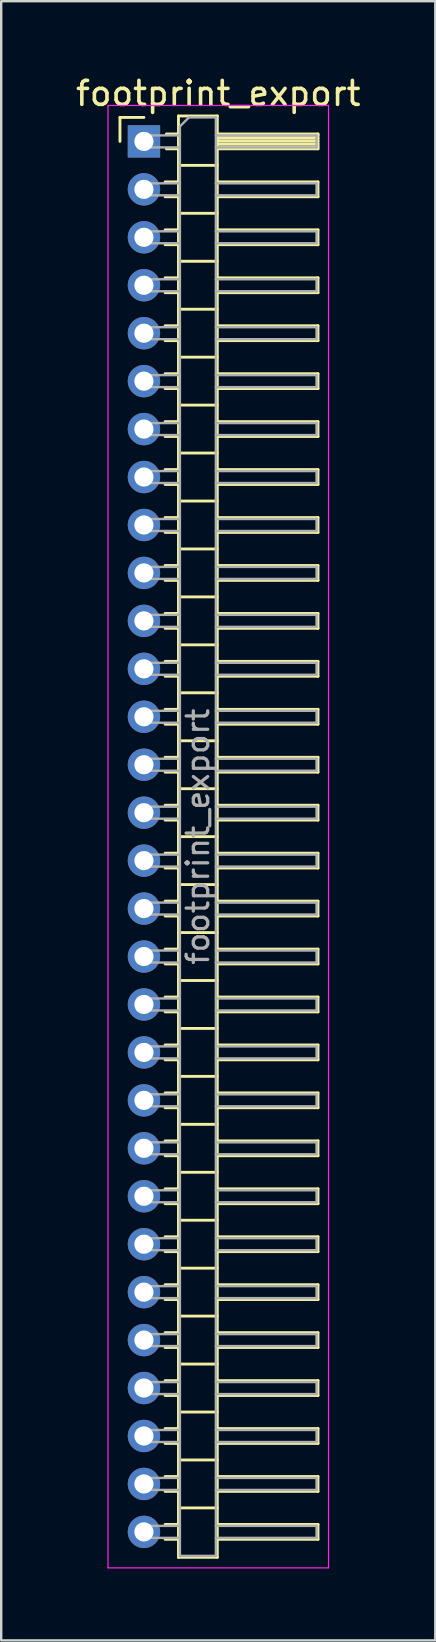
<source format=kicad_pcb>
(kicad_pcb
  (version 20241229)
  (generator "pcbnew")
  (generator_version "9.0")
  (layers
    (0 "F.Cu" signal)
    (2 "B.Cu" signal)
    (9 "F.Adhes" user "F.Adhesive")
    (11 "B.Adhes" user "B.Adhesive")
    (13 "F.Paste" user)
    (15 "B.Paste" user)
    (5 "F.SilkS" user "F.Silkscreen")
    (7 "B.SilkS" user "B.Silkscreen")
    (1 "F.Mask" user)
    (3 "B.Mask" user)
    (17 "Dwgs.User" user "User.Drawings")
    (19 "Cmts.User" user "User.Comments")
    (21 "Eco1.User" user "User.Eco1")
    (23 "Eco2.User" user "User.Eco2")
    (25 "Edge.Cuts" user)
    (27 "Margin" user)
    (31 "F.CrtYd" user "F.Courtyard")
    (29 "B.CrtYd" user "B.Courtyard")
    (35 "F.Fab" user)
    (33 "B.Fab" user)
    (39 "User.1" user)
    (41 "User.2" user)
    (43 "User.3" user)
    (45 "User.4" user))
  (footprint "footprint_export"
    (layer "F.Cu")
    (at 2.954 2.848)
    (property "Reference" "footprint_export" (at 3.1 -2 0) (layer "F.SilkS") (effects (font (size 1 1) (thickness 0.15))))
    (attr through_hole)
    (fp_line (start -1 -1) (end 0 -1) (stroke (width 0.12) (type solid)) (layer "F.SilkS"))
    (fp_line (start -1 0) (end -1 -1) (stroke (width 0.12) (type solid)) (layer "F.SilkS"))
    (fp_line (start 0.882 1.69) (end 1.44 1.69) (stroke (width 0.12) (type solid)) (layer "F.SilkS"))
    (fp_line (start 0.882 2.31) (end 1.44 2.31) (stroke (width 0.12) (type solid)) (layer "F.SilkS"))
    (fp_line (start 0.882 3.69) (end 1.44 3.69) (stroke (width 0.12) (type solid)) (layer "F.SilkS"))
    (fp_line (start 0.882 4.31) (end 1.44 4.31) (stroke (width 0.12) (type solid)) (layer "F.SilkS"))
    (fp_line (start 0.882 5.69) (end 1.44 5.69) (stroke (width 0.12) (type solid)) (layer "F.SilkS"))
    (fp_line (start 0.882 6.31) (end 1.44 6.31) (stroke (width 0.12) (type solid)) (layer "F.SilkS"))
    (fp_line (start 0.882 7.69) (end 1.44 7.69) (stroke (width 0.12) (type solid)) (layer "F.SilkS"))
    (fp_line (start 0.882 8.31) (end 1.44 8.31) (stroke (width 0.12) (type solid)) (layer "F.SilkS"))
    (fp_line (start 0.882 9.69) (end 1.44 9.69) (stroke (width 0.12) (type solid)) (layer "F.SilkS"))
    (fp_line (start 0.882 10.31) (end 1.44 10.31) (stroke (width 0.12) (type solid)) (layer "F.SilkS"))
    (fp_line (start 0.882 11.69) (end 1.44 11.69) (stroke (width 0.12) (type solid)) (layer "F.SilkS"))
    (fp_line (start 0.882 12.31) (end 1.44 12.31) (stroke (width 0.12) (type solid)) (layer "F.SilkS"))
    (fp_line (start 0.882 13.69) (end 1.44 13.69) (stroke (width 0.12) (type solid)) (layer "F.SilkS"))
    (fp_line (start 0.882 14.31) (end 1.44 14.31) (stroke (width 0.12) (type solid)) (layer "F.SilkS"))
    (fp_line (start 0.882 15.69) (end 1.44 15.69) (stroke (width 0.12) (type solid)) (layer "F.SilkS"))
    (fp_line (start 0.882 16.31) (end 1.44 16.31) (stroke (width 0.12) (type solid)) (layer "F.SilkS"))
    (fp_line (start 0.882 17.69) (end 1.44 17.69) (stroke (width 0.12) (type solid)) (layer "F.SilkS"))
    (fp_line (start 0.882 18.31) (end 1.44 18.31) (stroke (width 0.12) (type solid)) (layer "F.SilkS"))
    (fp_line (start 0.882 19.69) (end 1.44 19.69) (stroke (width 0.12) (type solid)) (layer "F.SilkS"))
    (fp_line (start 0.882 20.31) (end 1.44 20.31) (stroke (width 0.12) (type solid)) (layer "F.SilkS"))
    (fp_line (start 0.882 21.69) (end 1.44 21.69) (stroke (width 0.12) (type solid)) (layer "F.SilkS"))
    (fp_line (start 0.882 22.31) (end 1.44 22.31) (stroke (width 0.12) (type solid)) (layer "F.SilkS"))
    (fp_line (start 0.882 23.69) (end 1.44 23.69) (stroke (width 0.12) (type solid)) (layer "F.SilkS"))
    (fp_line (start 0.882 24.31) (end 1.44 24.31) (stroke (width 0.12) (type solid)) (layer "F.SilkS"))
    (fp_line (start 0.882 25.69) (end 1.44 25.69) (stroke (width 0.12) (type solid)) (layer "F.SilkS"))
    (fp_line (start 0.882 26.31) (end 1.44 26.31) (stroke (width 0.12) (type solid)) (layer "F.SilkS"))
    (fp_line (start 0.882 27.69) (end 1.44 27.69) (stroke (width 0.12) (type solid)) (layer "F.SilkS"))
    (fp_line (start 0.882 28.31) (end 1.44 28.31) (stroke (width 0.12) (type solid)) (layer "F.SilkS"))
    (fp_line (start 0.882 29.69) (end 1.44 29.69) (stroke (width 0.12) (type solid)) (layer "F.SilkS"))
    (fp_line (start 0.882 30.31) (end 1.44 30.31) (stroke (width 0.12) (type solid)) (layer "F.SilkS"))
    (fp_line (start 0.882 31.69) (end 1.44 31.69) (stroke (width 0.12) (type solid)) (layer "F.SilkS"))
    (fp_line (start 0.882 32.31) (end 1.44 32.31) (stroke (width 0.12) (type solid)) (layer "F.SilkS"))
    (fp_line (start 0.882 33.69) (end 1.44 33.69) (stroke (width 0.12) (type solid)) (layer "F.SilkS"))
    (fp_line (start 0.882 34.31) (end 1.44 34.31) (stroke (width 0.12) (type solid)) (layer "F.SilkS"))
    (fp_line (start 0.882 35.69) (end 1.44 35.69) (stroke (width 0.12) (type solid)) (layer "F.SilkS"))
    (fp_line (start 0.882 36.31) (end 1.44 36.31) (stroke (width 0.12) (type solid)) (layer "F.SilkS"))
    (fp_line (start 0.882 37.69) (end 1.44 37.69) (stroke (width 0.12) (type solid)) (layer "F.SilkS"))
    (fp_line (start 0.882 38.31) (end 1.44 38.31) (stroke (width 0.12) (type solid)) (layer "F.SilkS"))
    (fp_line (start 0.882 39.69) (end 1.44 39.69) (stroke (width 0.12) (type solid)) (layer "F.SilkS"))
    (fp_line (start 0.882 40.31) (end 1.44 40.31) (stroke (width 0.12) (type solid)) (layer "F.SilkS"))
    (fp_line (start 0.882 41.69) (end 1.44 41.69) (stroke (width 0.12) (type solid)) (layer "F.SilkS"))
    (fp_line (start 0.882 42.31) (end 1.44 42.31) (stroke (width 0.12) (type solid)) (layer "F.SilkS"))
    (fp_line (start 0.882 43.69) (end 1.44 43.69) (stroke (width 0.12) (type solid)) (layer "F.SilkS"))
    (fp_line (start 0.882 44.31) (end 1.44 44.31) (stroke (width 0.12) (type solid)) (layer "F.SilkS"))
    (fp_line (start 0.882 45.69) (end 1.44 45.69) (stroke (width 0.12) (type solid)) (layer "F.SilkS"))
    (fp_line (start 0.882 46.31) (end 1.44 46.31) (stroke (width 0.12) (type solid)) (layer "F.SilkS"))
    (fp_line (start 0.882 47.69) (end 1.44 47.69) (stroke (width 0.12) (type solid)) (layer "F.SilkS"))
    (fp_line (start 0.882 48.31) (end 1.44 48.31) (stroke (width 0.12) (type solid)) (layer "F.SilkS"))
    (fp_line (start 0.882 49.69) (end 1.44 49.69) (stroke (width 0.12) (type solid)) (layer "F.SilkS"))
    (fp_line (start 0.882 50.31) (end 1.44 50.31) (stroke (width 0.12) (type solid)) (layer "F.SilkS"))
    (fp_line (start 0.882 51.69) (end 1.44 51.69) (stroke (width 0.12) (type solid)) (layer "F.SilkS"))
    (fp_line (start 0.882 52.31) (end 1.44 52.31) (stroke (width 0.12) (type solid)) (layer "F.SilkS"))
    (fp_line (start 0.882 53.69) (end 1.44 53.69) (stroke (width 0.12) (type solid)) (layer "F.SilkS"))
    (fp_line (start 0.882 54.31) (end 1.44 54.31) (stroke (width 0.12) (type solid)) (layer "F.SilkS"))
    (fp_line (start 0.882 55.69) (end 1.44 55.69) (stroke (width 0.12) (type solid)) (layer "F.SilkS"))
    (fp_line (start 0.882 56.31) (end 1.44 56.31) (stroke (width 0.12) (type solid)) (layer "F.SilkS"))
    (fp_line (start 0.882 57.69) (end 1.44 57.69) (stroke (width 0.12) (type solid)) (layer "F.SilkS"))
    (fp_line (start 0.882 58.31) (end 1.44 58.31) (stroke (width 0.12) (type solid)) (layer "F.SilkS"))
    (fp_line (start 0.935 -0.31) (end 1.44 -0.31) (stroke (width 0.12) (type solid)) (layer "F.SilkS"))
    (fp_line (start 0.935 0.31) (end 1.44 0.31) (stroke (width 0.12) (type solid)) (layer "F.SilkS"))
    (fp_line (start 1.44 -1.06) (end 1.44 59.06) (stroke (width 0.12) (type solid)) (layer "F.SilkS"))
    (fp_line (start 1.44 1) (end 3.06 1) (stroke (width 0.12) (type solid)) (layer "F.SilkS"))
    (fp_line (start 1.44 3) (end 3.06 3) (stroke (width 0.12) (type solid)) (layer "F.SilkS"))
    (fp_line (start 1.44 5) (end 3.06 5) (stroke (width 0.12) (type solid)) (layer "F.SilkS"))
    (fp_line (start 1.44 7) (end 3.06 7) (stroke (width 0.12) (type solid)) (layer "F.SilkS"))
    (fp_line (start 1.44 9) (end 3.06 9) (stroke (width 0.12) (type solid)) (layer "F.SilkS"))
    (fp_line (start 1.44 11) (end 3.06 11) (stroke (width 0.12) (type solid)) (layer "F.SilkS"))
    (fp_line (start 1.44 13) (end 3.06 13) (stroke (width 0.12) (type solid)) (layer "F.SilkS"))
    (fp_line (start 1.44 15) (end 3.06 15) (stroke (width 0.12) (type solid)) (layer "F.SilkS"))
    (fp_line (start 1.44 17) (end 3.06 17) (stroke (width 0.12) (type solid)) (layer "F.SilkS"))
    (fp_line (start 1.44 19) (end 3.06 19) (stroke (width 0.12) (type solid)) (layer "F.SilkS"))
    (fp_line (start 1.44 21) (end 3.06 21) (stroke (width 0.12) (type solid)) (layer "F.SilkS"))
    (fp_line (start 1.44 23) (end 3.06 23) (stroke (width 0.12) (type solid)) (layer "F.SilkS"))
    (fp_line (start 1.44 25) (end 3.06 25) (stroke (width 0.12) (type solid)) (layer "F.SilkS"))
    (fp_line (start 1.44 27) (end 3.06 27) (stroke (width 0.12) (type solid)) (layer "F.SilkS"))
    (fp_line (start 1.44 29) (end 3.06 29) (stroke (width 0.12) (type solid)) (layer "F.SilkS"))
    (fp_line (start 1.44 31) (end 3.06 31) (stroke (width 0.12) (type solid)) (layer "F.SilkS"))
    (fp_line (start 1.44 33) (end 3.06 33) (stroke (width 0.12) (type solid)) (layer "F.SilkS"))
    (fp_line (start 1.44 35) (end 3.06 35) (stroke (width 0.12) (type solid)) (layer "F.SilkS"))
    (fp_line (start 1.44 37) (end 3.06 37) (stroke (width 0.12) (type solid)) (layer "F.SilkS"))
    (fp_line (start 1.44 39) (end 3.06 39) (stroke (width 0.12) (type solid)) (layer "F.SilkS"))
    (fp_line (start 1.44 41) (end 3.06 41) (stroke (width 0.12) (type solid)) (layer "F.SilkS"))
    (fp_line (start 1.44 43) (end 3.06 43) (stroke (width 0.12) (type solid)) (layer "F.SilkS"))
    (fp_line (start 1.44 45) (end 3.06 45) (stroke (width 0.12) (type solid)) (layer "F.SilkS"))
    (fp_line (start 1.44 47) (end 3.06 47) (stroke (width 0.12) (type solid)) (layer "F.SilkS"))
    (fp_line (start 1.44 49) (end 3.06 49) (stroke (width 0.12) (type solid)) (layer "F.SilkS"))
    (fp_line (start 1.44 51) (end 3.06 51) (stroke (width 0.12) (type solid)) (layer "F.SilkS"))
    (fp_line (start 1.44 53) (end 3.06 53) (stroke (width 0.12) (type solid)) (layer "F.SilkS"))
    (fp_line (start 1.44 55) (end 3.06 55) (stroke (width 0.12) (type solid)) (layer "F.SilkS"))
    (fp_line (start 1.44 57) (end 3.06 57) (stroke (width 0.12) (type solid)) (layer "F.SilkS"))
    (fp_line (start 1.44 59.06) (end 3.06 59.06) (stroke (width 0.12) (type solid)) (layer "F.SilkS"))
    (fp_line (start 3.06 -1.06) (end 1.44 -1.06) (stroke (width 0.12) (type solid)) (layer "F.SilkS"))
    (fp_line (start 3.06 -0.31) (end 7.26 -0.31) (stroke (width 0.12) (type solid)) (layer "F.SilkS"))
    (fp_line (start 3.06 -0.25) (end 7.26 -0.25) (stroke (width 0.12) (type solid)) (layer "F.SilkS"))
    (fp_line (start 3.06 -0.13) (end 7.26 -0.13) (stroke (width 0.12) (type solid)) (layer "F.SilkS"))
    (fp_line (start 3.06 -0.01) (end 7.26 -0.01) (stroke (width 0.12) (type solid)) (layer "F.SilkS"))
    (fp_line (start 3.06 0.11) (end 7.26 0.11) (stroke (width 0.12) (type solid)) (layer "F.SilkS"))
    (fp_line (start 3.06 0.23) (end 7.26 0.23) (stroke (width 0.12) (type solid)) (layer "F.SilkS"))
    (fp_line (start 3.06 1.69) (end 7.26 1.69) (stroke (width 0.12) (type solid)) (layer "F.SilkS"))
    (fp_line (start 3.06 3.69) (end 7.26 3.69) (stroke (width 0.12) (type solid)) (layer "F.SilkS"))
    (fp_line (start 3.06 5.69) (end 7.26 5.69) (stroke (width 0.12) (type solid)) (layer "F.SilkS"))
    (fp_line (start 3.06 7.69) (end 7.26 7.69) (stroke (width 0.12) (type solid)) (layer "F.SilkS"))
    (fp_line (start 3.06 9.69) (end 7.26 9.69) (stroke (width 0.12) (type solid)) (layer "F.SilkS"))
    (fp_line (start 3.06 11.69) (end 7.26 11.69) (stroke (width 0.12) (type solid)) (layer "F.SilkS"))
    (fp_line (start 3.06 13.69) (end 7.26 13.69) (stroke (width 0.12) (type solid)) (layer "F.SilkS"))
    (fp_line (start 3.06 15.69) (end 7.26 15.69) (stroke (width 0.12) (type solid)) (layer "F.SilkS"))
    (fp_line (start 3.06 17.69) (end 7.26 17.69) (stroke (width 0.12) (type solid)) (layer "F.SilkS"))
    (fp_line (start 3.06 19.69) (end 7.26 19.69) (stroke (width 0.12) (type solid)) (layer "F.SilkS"))
    (fp_line (start 3.06 21.69) (end 7.26 21.69) (stroke (width 0.12) (type solid)) (layer "F.SilkS"))
    (fp_line (start 3.06 23.69) (end 7.26 23.69) (stroke (width 0.12) (type solid)) (layer "F.SilkS"))
    (fp_line (start 3.06 25.69) (end 7.26 25.69) (stroke (width 0.12) (type solid)) (layer "F.SilkS"))
    (fp_line (start 3.06 27.69) (end 7.26 27.69) (stroke (width 0.12) (type solid)) (layer "F.SilkS"))
    (fp_line (start 3.06 29.69) (end 7.26 29.69) (stroke (width 0.12) (type solid)) (layer "F.SilkS"))
    (fp_line (start 3.06 31.69) (end 7.26 31.69) (stroke (width 0.12) (type solid)) (layer "F.SilkS"))
    (fp_line (start 3.06 33.69) (end 7.26 33.69) (stroke (width 0.12) (type solid)) (layer "F.SilkS"))
    (fp_line (start 3.06 35.69) (end 7.26 35.69) (stroke (width 0.12) (type solid)) (layer "F.SilkS"))
    (fp_line (start 3.06 37.69) (end 7.26 37.69) (stroke (width 0.12) (type solid)) (layer "F.SilkS"))
    (fp_line (start 3.06 39.69) (end 7.26 39.69) (stroke (width 0.12) (type solid)) (layer "F.SilkS"))
    (fp_line (start 3.06 41.69) (end 7.26 41.69) (stroke (width 0.12) (type solid)) (layer "F.SilkS"))
    (fp_line (start 3.06 43.69) (end 7.26 43.69) (stroke (width 0.12) (type solid)) (layer "F.SilkS"))
    (fp_line (start 3.06 45.69) (end 7.26 45.69) (stroke (width 0.12) (type solid)) (layer "F.SilkS"))
    (fp_line (start 3.06 47.69) (end 7.26 47.69) (stroke (width 0.12) (type solid)) (layer "F.SilkS"))
    (fp_line (start 3.06 49.69) (end 7.26 49.69) (stroke (width 0.12) (type solid)) (layer "F.SilkS"))
    (fp_line (start 3.06 51.69) (end 7.26 51.69) (stroke (width 0.12) (type solid)) (layer "F.SilkS"))
    (fp_line (start 3.06 53.69) (end 7.26 53.69) (stroke (width 0.12) (type solid)) (layer "F.SilkS"))
    (fp_line (start 3.06 55.69) (end 7.26 55.69) (stroke (width 0.12) (type solid)) (layer "F.SilkS"))
    (fp_line (start 3.06 57.69) (end 7.26 57.69) (stroke (width 0.12) (type solid)) (layer "F.SilkS"))
    (fp_line (start 3.06 59.06) (end 3.06 -1.06) (stroke (width 0.12) (type solid)) (layer "F.SilkS"))
    (fp_line (start 7.26 -0.31) (end 7.26 0.31) (stroke (width 0.12) (type solid)) (layer "F.SilkS"))
    (fp_line (start 7.26 0.31) (end 3.06 0.31) (stroke (width 0.12) (type solid)) (layer "F.SilkS"))
    (fp_line (start 7.26 1.69) (end 7.26 2.31) (stroke (width 0.12) (type solid)) (layer "F.SilkS"))
    (fp_line (start 7.26 2.31) (end 3.06 2.31) (stroke (width 0.12) (type solid)) (layer "F.SilkS"))
    (fp_line (start 7.26 3.69) (end 7.26 4.31) (stroke (width 0.12) (type solid)) (layer "F.SilkS"))
    (fp_line (start 7.26 4.31) (end 3.06 4.31) (stroke (width 0.12) (type solid)) (layer "F.SilkS"))
    (fp_line (start 7.26 5.69) (end 7.26 6.31) (stroke (width 0.12) (type solid)) (layer "F.SilkS"))
    (fp_line (start 7.26 6.31) (end 3.06 6.31) (stroke (width 0.12) (type solid)) (layer "F.SilkS"))
    (fp_line (start 7.26 7.69) (end 7.26 8.31) (stroke (width 0.12) (type solid)) (layer "F.SilkS"))
    (fp_line (start 7.26 8.31) (end 3.06 8.31) (stroke (width 0.12) (type solid)) (layer "F.SilkS"))
    (fp_line (start 7.26 9.69) (end 7.26 10.31) (stroke (width 0.12) (type solid)) (layer "F.SilkS"))
    (fp_line (start 7.26 10.31) (end 3.06 10.31) (stroke (width 0.12) (type solid)) (layer "F.SilkS"))
    (fp_line (start 7.26 11.69) (end 7.26 12.31) (stroke (width 0.12) (type solid)) (layer "F.SilkS"))
    (fp_line (start 7.26 12.31) (end 3.06 12.31) (stroke (width 0.12) (type solid)) (layer "F.SilkS"))
    (fp_line (start 7.26 13.69) (end 7.26 14.31) (stroke (width 0.12) (type solid)) (layer "F.SilkS"))
    (fp_line (start 7.26 14.31) (end 3.06 14.31) (stroke (width 0.12) (type solid)) (layer "F.SilkS"))
    (fp_line (start 7.26 15.69) (end 7.26 16.31) (stroke (width 0.12) (type solid)) (layer "F.SilkS"))
    (fp_line (start 7.26 16.31) (end 3.06 16.31) (stroke (width 0.12) (type solid)) (layer "F.SilkS"))
    (fp_line (start 7.26 17.69) (end 7.26 18.31) (stroke (width 0.12) (type solid)) (layer "F.SilkS"))
    (fp_line (start 7.26 18.31) (end 3.06 18.31) (stroke (width 0.12) (type solid)) (layer "F.SilkS"))
    (fp_line (start 7.26 19.69) (end 7.26 20.31) (stroke (width 0.12) (type solid)) (layer "F.SilkS"))
    (fp_line (start 7.26 20.31) (end 3.06 20.31) (stroke (width 0.12) (type solid)) (layer "F.SilkS"))
    (fp_line (start 7.26 21.69) (end 7.26 22.31) (stroke (width 0.12) (type solid)) (layer "F.SilkS"))
    (fp_line (start 7.26 22.31) (end 3.06 22.31) (stroke (width 0.12) (type solid)) (layer "F.SilkS"))
    (fp_line (start 7.26 23.69) (end 7.26 24.31) (stroke (width 0.12) (type solid)) (layer "F.SilkS"))
    (fp_line (start 7.26 24.31) (end 3.06 24.31) (stroke (width 0.12) (type solid)) (layer "F.SilkS"))
    (fp_line (start 7.26 25.69) (end 7.26 26.31) (stroke (width 0.12) (type solid)) (layer "F.SilkS"))
    (fp_line (start 7.26 26.31) (end 3.06 26.31) (stroke (width 0.12) (type solid)) (layer "F.SilkS"))
    (fp_line (start 7.26 27.69) (end 7.26 28.31) (stroke (width 0.12) (type solid)) (layer "F.SilkS"))
    (fp_line (start 7.26 28.31) (end 3.06 28.31) (stroke (width 0.12) (type solid)) (layer "F.SilkS"))
    (fp_line (start 7.26 29.69) (end 7.26 30.31) (stroke (width 0.12) (type solid)) (layer "F.SilkS"))
    (fp_line (start 7.26 30.31) (end 3.06 30.31) (stroke (width 0.12) (type solid)) (layer "F.SilkS"))
    (fp_line (start 7.26 31.69) (end 7.26 32.31) (stroke (width 0.12) (type solid)) (layer "F.SilkS"))
    (fp_line (start 7.26 32.31) (end 3.06 32.31) (stroke (width 0.12) (type solid)) (layer "F.SilkS"))
    (fp_line (start 7.26 33.69) (end 7.26 34.31) (stroke (width 0.12) (type solid)) (layer "F.SilkS"))
    (fp_line (start 7.26 34.31) (end 3.06 34.31) (stroke (width 0.12) (type solid)) (layer "F.SilkS"))
    (fp_line (start 7.26 35.69) (end 7.26 36.31) (stroke (width 0.12) (type solid)) (layer "F.SilkS"))
    (fp_line (start 7.26 36.31) (end 3.06 36.31) (stroke (width 0.12) (type solid)) (layer "F.SilkS"))
    (fp_line (start 7.26 37.69) (end 7.26 38.31) (stroke (width 0.12) (type solid)) (layer "F.SilkS"))
    (fp_line (start 7.26 38.31) (end 3.06 38.31) (stroke (width 0.12) (type solid)) (layer "F.SilkS"))
    (fp_line (start 7.26 39.69) (end 7.26 40.31) (stroke (width 0.12) (type solid)) (layer "F.SilkS"))
    (fp_line (start 7.26 40.31) (end 3.06 40.31) (stroke (width 0.12) (type solid)) (layer "F.SilkS"))
    (fp_line (start 7.26 41.69) (end 7.26 42.31) (stroke (width 0.12) (type solid)) (layer "F.SilkS"))
    (fp_line (start 7.26 42.31) (end 3.06 42.31) (stroke (width 0.12) (type solid)) (layer "F.SilkS"))
    (fp_line (start 7.26 43.69) (end 7.26 44.31) (stroke (width 0.12) (type solid)) (layer "F.SilkS"))
    (fp_line (start 7.26 44.31) (end 3.06 44.31) (stroke (width 0.12) (type solid)) (layer "F.SilkS"))
    (fp_line (start 7.26 45.69) (end 7.26 46.31) (stroke (width 0.12) (type solid)) (layer "F.SilkS"))
    (fp_line (start 7.26 46.31) (end 3.06 46.31) (stroke (width 0.12) (type solid)) (layer "F.SilkS"))
    (fp_line (start 7.26 47.69) (end 7.26 48.31) (stroke (width 0.12) (type solid)) (layer "F.SilkS"))
    (fp_line (start 7.26 48.31) (end 3.06 48.31) (stroke (width 0.12) (type solid)) (layer "F.SilkS"))
    (fp_line (start 7.26 49.69) (end 7.26 50.31) (stroke (width 0.12) (type solid)) (layer "F.SilkS"))
    (fp_line (start 7.26 50.31) (end 3.06 50.31) (stroke (width 0.12) (type solid)) (layer "F.SilkS"))
    (fp_line (start 7.26 51.69) (end 7.26 52.31) (stroke (width 0.12) (type solid)) (layer "F.SilkS"))
    (fp_line (start 7.26 52.31) (end 3.06 52.31) (stroke (width 0.12) (type solid)) (layer "F.SilkS"))
    (fp_line (start 7.26 53.69) (end 7.26 54.31) (stroke (width 0.12) (type solid)) (layer "F.SilkS"))
    (fp_line (start 7.26 54.31) (end 3.06 54.31) (stroke (width 0.12) (type solid)) (layer "F.SilkS"))
    (fp_line (start 7.26 55.69) (end 7.26 56.31) (stroke (width 0.12) (type solid)) (layer "F.SilkS"))
    (fp_line (start 7.26 56.31) (end 3.06 56.31) (stroke (width 0.12) (type solid)) (layer "F.SilkS"))
    (fp_line (start 7.26 57.69) (end 7.26 58.31) (stroke (width 0.12) (type solid)) (layer "F.SilkS"))
    (fp_line (start 7.26 58.31) (end 3.06 58.31) (stroke (width 0.12) (type solid)) (layer "F.SilkS"))
    (fp_line (start -1.5 -1.5) (end -1.5 59.5) (stroke (width 0.05) (type solid)) (layer "F.CrtYd"))
    (fp_line (start -1.5 59.5) (end 7.7 59.5) (stroke (width 0.05) (type solid)) (layer "F.CrtYd"))
    (fp_line (start 7.7 -1.5) (end -1.5 -1.5) (stroke (width 0.05) (type solid)) (layer "F.CrtYd"))
    (fp_line (start 7.7 59.5) (end 7.7 -1.5) (stroke (width 0.05) (type solid)) (layer "F.CrtYd"))
    (fp_line (start -0.25 -0.25) (end -0.25 0.25) (stroke (width 0.1) (type solid)) (layer "F.Fab"))
    (fp_line (start -0.25 -0.25) (end 1.5 -0.25) (stroke (width 0.1) (type solid)) (layer "F.Fab"))
    (fp_line (start -0.25 0.25) (end 1.5 0.25) (stroke (width 0.1) (type solid)) (layer "F.Fab"))
    (fp_line (start -0.25 1.75) (end -0.25 2.25) (stroke (width 0.1) (type solid)) (layer "F.Fab"))
    (fp_line (start -0.25 1.75) (end 1.5 1.75) (stroke (width 0.1) (type solid)) (layer "F.Fab"))
    (fp_line (start -0.25 2.25) (end 1.5 2.25) (stroke (width 0.1) (type solid)) (layer "F.Fab"))
    (fp_line (start -0.25 3.75) (end -0.25 4.25) (stroke (width 0.1) (type solid)) (layer "F.Fab"))
    (fp_line (start -0.25 3.75) (end 1.5 3.75) (stroke (width 0.1) (type solid)) (layer "F.Fab"))
    (fp_line (start -0.25 4.25) (end 1.5 4.25) (stroke (width 0.1) (type solid)) (layer "F.Fab"))
    (fp_line (start -0.25 5.75) (end -0.25 6.25) (stroke (width 0.1) (type solid)) (layer "F.Fab"))
    (fp_line (start -0.25 5.75) (end 1.5 5.75) (stroke (width 0.1) (type solid)) (layer "F.Fab"))
    (fp_line (start -0.25 6.25) (end 1.5 6.25) (stroke (width 0.1) (type solid)) (layer "F.Fab"))
    (fp_line (start -0.25 7.75) (end -0.25 8.25) (stroke (width 0.1) (type solid)) (layer "F.Fab"))
    (fp_line (start -0.25 7.75) (end 1.5 7.75) (stroke (width 0.1) (type solid)) (layer "F.Fab"))
    (fp_line (start -0.25 8.25) (end 1.5 8.25) (stroke (width 0.1) (type solid)) (layer "F.Fab"))
    (fp_line (start -0.25 9.75) (end -0.25 10.25) (stroke (width 0.1) (type solid)) (layer "F.Fab"))
    (fp_line (start -0.25 9.75) (end 1.5 9.75) (stroke (width 0.1) (type solid)) (layer "F.Fab"))
    (fp_line (start -0.25 10.25) (end 1.5 10.25) (stroke (width 0.1) (type solid)) (layer "F.Fab"))
    (fp_line (start -0.25 11.75) (end -0.25 12.25) (stroke (width 0.1) (type solid)) (layer "F.Fab"))
    (fp_line (start -0.25 11.75) (end 1.5 11.75) (stroke (width 0.1) (type solid)) (layer "F.Fab"))
    (fp_line (start -0.25 12.25) (end 1.5 12.25) (stroke (width 0.1) (type solid)) (layer "F.Fab"))
    (fp_line (start -0.25 13.75) (end -0.25 14.25) (stroke (width 0.1) (type solid)) (layer "F.Fab"))
    (fp_line (start -0.25 13.75) (end 1.5 13.75) (stroke (width 0.1) (type solid)) (layer "F.Fab"))
    (fp_line (start -0.25 14.25) (end 1.5 14.25) (stroke (width 0.1) (type solid)) (layer "F.Fab"))
    (fp_line (start -0.25 15.75) (end -0.25 16.25) (stroke (width 0.1) (type solid)) (layer "F.Fab"))
    (fp_line (start -0.25 15.75) (end 1.5 15.75) (stroke (width 0.1) (type solid)) (layer "F.Fab"))
    (fp_line (start -0.25 16.25) (end 1.5 16.25) (stroke (width 0.1) (type solid)) (layer "F.Fab"))
    (fp_line (start -0.25 17.75) (end -0.25 18.25) (stroke (width 0.1) (type solid)) (layer "F.Fab"))
    (fp_line (start -0.25 17.75) (end 1.5 17.75) (stroke (width 0.1) (type solid)) (layer "F.Fab"))
    (fp_line (start -0.25 18.25) (end 1.5 18.25) (stroke (width 0.1) (type solid)) (layer "F.Fab"))
    (fp_line (start -0.25 19.75) (end -0.25 20.25) (stroke (width 0.1) (type solid)) (layer "F.Fab"))
    (fp_line (start -0.25 19.75) (end 1.5 19.75) (stroke (width 0.1) (type solid)) (layer "F.Fab"))
    (fp_line (start -0.25 20.25) (end 1.5 20.25) (stroke (width 0.1) (type solid)) (layer "F.Fab"))
    (fp_line (start -0.25 21.75) (end -0.25 22.25) (stroke (width 0.1) (type solid)) (layer "F.Fab"))
    (fp_line (start -0.25 21.75) (end 1.5 21.75) (stroke (width 0.1) (type solid)) (layer "F.Fab"))
    (fp_line (start -0.25 22.25) (end 1.5 22.25) (stroke (width 0.1) (type solid)) (layer "F.Fab"))
    (fp_line (start -0.25 23.75) (end -0.25 24.25) (stroke (width 0.1) (type solid)) (layer "F.Fab"))
    (fp_line (start -0.25 23.75) (end 1.5 23.75) (stroke (width 0.1) (type solid)) (layer "F.Fab"))
    (fp_line (start -0.25 24.25) (end 1.5 24.25) (stroke (width 0.1) (type solid)) (layer "F.Fab"))
    (fp_line (start -0.25 25.75) (end -0.25 26.25) (stroke (width 0.1) (type solid)) (layer "F.Fab"))
    (fp_line (start -0.25 25.75) (end 1.5 25.75) (stroke (width 0.1) (type solid)) (layer "F.Fab"))
    (fp_line (start -0.25 26.25) (end 1.5 26.25) (stroke (width 0.1) (type solid)) (layer "F.Fab"))
    (fp_line (start -0.25 27.75) (end -0.25 28.25) (stroke (width 0.1) (type solid)) (layer "F.Fab"))
    (fp_line (start -0.25 27.75) (end 1.5 27.75) (stroke (width 0.1) (type solid)) (layer "F.Fab"))
    (fp_line (start -0.25 28.25) (end 1.5 28.25) (stroke (width 0.1) (type solid)) (layer "F.Fab"))
    (fp_line (start -0.25 29.75) (end -0.25 30.25) (stroke (width 0.1) (type solid)) (layer "F.Fab"))
    (fp_line (start -0.25 29.75) (end 1.5 29.75) (stroke (width 0.1) (type solid)) (layer "F.Fab"))
    (fp_line (start -0.25 30.25) (end 1.5 30.25) (stroke (width 0.1) (type solid)) (layer "F.Fab"))
    (fp_line (start -0.25 31.75) (end -0.25 32.25) (stroke (width 0.1) (type solid)) (layer "F.Fab"))
    (fp_line (start -0.25 31.75) (end 1.5 31.75) (stroke (width 0.1) (type solid)) (layer "F.Fab"))
    (fp_line (start -0.25 32.25) (end 1.5 32.25) (stroke (width 0.1) (type solid)) (layer "F.Fab"))
    (fp_line (start -0.25 33.75) (end -0.25 34.25) (stroke (width 0.1) (type solid)) (layer "F.Fab"))
    (fp_line (start -0.25 33.75) (end 1.5 33.75) (stroke (width 0.1) (type solid)) (layer "F.Fab"))
    (fp_line (start -0.25 34.25) (end 1.5 34.25) (stroke (width 0.1) (type solid)) (layer "F.Fab"))
    (fp_line (start -0.25 35.75) (end -0.25 36.25) (stroke (width 0.1) (type solid)) (layer "F.Fab"))
    (fp_line (start -0.25 35.75) (end 1.5 35.75) (stroke (width 0.1) (type solid)) (layer "F.Fab"))
    (fp_line (start -0.25 36.25) (end 1.5 36.25) (stroke (width 0.1) (type solid)) (layer "F.Fab"))
    (fp_line (start -0.25 37.75) (end -0.25 38.25) (stroke (width 0.1) (type solid)) (layer "F.Fab"))
    (fp_line (start -0.25 37.75) (end 1.5 37.75) (stroke (width 0.1) (type solid)) (layer "F.Fab"))
    (fp_line (start -0.25 38.25) (end 1.5 38.25) (stroke (width 0.1) (type solid)) (layer "F.Fab"))
    (fp_line (start -0.25 39.75) (end -0.25 40.25) (stroke (width 0.1) (type solid)) (layer "F.Fab"))
    (fp_line (start -0.25 39.75) (end 1.5 39.75) (stroke (width 0.1) (type solid)) (layer "F.Fab"))
    (fp_line (start -0.25 40.25) (end 1.5 40.25) (stroke (width 0.1) (type solid)) (layer "F.Fab"))
    (fp_line (start -0.25 41.75) (end -0.25 42.25) (stroke (width 0.1) (type solid)) (layer "F.Fab"))
    (fp_line (start -0.25 41.75) (end 1.5 41.75) (stroke (width 0.1) (type solid)) (layer "F.Fab"))
    (fp_line (start -0.25 42.25) (end 1.5 42.25) (stroke (width 0.1) (type solid)) (layer "F.Fab"))
    (fp_line (start -0.25 43.75) (end -0.25 44.25) (stroke (width 0.1) (type solid)) (layer "F.Fab"))
    (fp_line (start -0.25 43.75) (end 1.5 43.75) (stroke (width 0.1) (type solid)) (layer "F.Fab"))
    (fp_line (start -0.25 44.25) (end 1.5 44.25) (stroke (width 0.1) (type solid)) (layer "F.Fab"))
    (fp_line (start -0.25 45.75) (end -0.25 46.25) (stroke (width 0.1) (type solid)) (layer "F.Fab"))
    (fp_line (start -0.25 45.75) (end 1.5 45.75) (stroke (width 0.1) (type solid)) (layer "F.Fab"))
    (fp_line (start -0.25 46.25) (end 1.5 46.25) (stroke (width 0.1) (type solid)) (layer "F.Fab"))
    (fp_line (start -0.25 47.75) (end -0.25 48.25) (stroke (width 0.1) (type solid)) (layer "F.Fab"))
    (fp_line (start -0.25 47.75) (end 1.5 47.75) (stroke (width 0.1) (type solid)) (layer "F.Fab"))
    (fp_line (start -0.25 48.25) (end 1.5 48.25) (stroke (width 0.1) (type solid)) (layer "F.Fab"))
    (fp_line (start -0.25 49.75) (end -0.25 50.25) (stroke (width 0.1) (type solid)) (layer "F.Fab"))
    (fp_line (start -0.25 49.75) (end 1.5 49.75) (stroke (width 0.1) (type solid)) (layer "F.Fab"))
    (fp_line (start -0.25 50.25) (end 1.5 50.25) (stroke (width 0.1) (type solid)) (layer "F.Fab"))
    (fp_line (start -0.25 51.75) (end -0.25 52.25) (stroke (width 0.1) (type solid)) (layer "F.Fab"))
    (fp_line (start -0.25 51.75) (end 1.5 51.75) (stroke (width 0.1) (type solid)) (layer "F.Fab"))
    (fp_line (start -0.25 52.25) (end 1.5 52.25) (stroke (width 0.1) (type solid)) (layer "F.Fab"))
    (fp_line (start -0.25 53.75) (end -0.25 54.25) (stroke (width 0.1) (type solid)) (layer "F.Fab"))
    (fp_line (start -0.25 53.75) (end 1.5 53.75) (stroke (width 0.1) (type solid)) (layer "F.Fab"))
    (fp_line (start -0.25 54.25) (end 1.5 54.25) (stroke (width 0.1) (type solid)) (layer "F.Fab"))
    (fp_line (start -0.25 55.75) (end -0.25 56.25) (stroke (width 0.1) (type solid)) (layer "F.Fab"))
    (fp_line (start -0.25 55.75) (end 1.5 55.75) (stroke (width 0.1) (type solid)) (layer "F.Fab"))
    (fp_line (start -0.25 56.25) (end 1.5 56.25) (stroke (width 0.1) (type solid)) (layer "F.Fab"))
    (fp_line (start -0.25 57.75) (end -0.25 58.25) (stroke (width 0.1) (type solid)) (layer "F.Fab"))
    (fp_line (start -0.25 57.75) (end 1.5 57.75) (stroke (width 0.1) (type solid)) (layer "F.Fab"))
    (fp_line (start -0.25 58.25) (end 1.5 58.25) (stroke (width 0.1) (type solid)) (layer "F.Fab"))
    (fp_line (start 1.5 -0.625) (end 1.875 -1) (stroke (width 0.1) (type solid)) (layer "F.Fab"))
    (fp_line (start 1.5 59) (end 1.5 -0.625) (stroke (width 0.1) (type solid)) (layer "F.Fab"))
    (fp_line (start 1.875 -1) (end 3 -1) (stroke (width 0.1) (type solid)) (layer "F.Fab"))
    (fp_line (start 3 -1) (end 3 59) (stroke (width 0.1) (type solid)) (layer "F.Fab"))
    (fp_line (start 3 -0.25) (end 7.2 -0.25) (stroke (width 0.1) (type solid)) (layer "F.Fab"))
    (fp_line (start 3 0.25) (end 7.2 0.25) (stroke (width 0.1) (type solid)) (layer "F.Fab"))
    (fp_line (start 3 1.75) (end 7.2 1.75) (stroke (width 0.1) (type solid)) (layer "F.Fab"))
    (fp_line (start 3 2.25) (end 7.2 2.25) (stroke (width 0.1) (type solid)) (layer "F.Fab"))
    (fp_line (start 3 3.75) (end 7.2 3.75) (stroke (width 0.1) (type solid)) (layer "F.Fab"))
    (fp_line (start 3 4.25) (end 7.2 4.25) (stroke (width 0.1) (type solid)) (layer "F.Fab"))
    (fp_line (start 3 5.75) (end 7.2 5.75) (stroke (width 0.1) (type solid)) (layer "F.Fab"))
    (fp_line (start 3 6.25) (end 7.2 6.25) (stroke (width 0.1) (type solid)) (layer "F.Fab"))
    (fp_line (start 3 7.75) (end 7.2 7.75) (stroke (width 0.1) (type solid)) (layer "F.Fab"))
    (fp_line (start 3 8.25) (end 7.2 8.25) (stroke (width 0.1) (type solid)) (layer "F.Fab"))
    (fp_line (start 3 9.75) (end 7.2 9.75) (stroke (width 0.1) (type solid)) (layer "F.Fab"))
    (fp_line (start 3 10.25) (end 7.2 10.25) (stroke (width 0.1) (type solid)) (layer "F.Fab"))
    (fp_line (start 3 11.75) (end 7.2 11.75) (stroke (width 0.1) (type solid)) (layer "F.Fab"))
    (fp_line (start 3 12.25) (end 7.2 12.25) (stroke (width 0.1) (type solid)) (layer "F.Fab"))
    (fp_line (start 3 13.75) (end 7.2 13.75) (stroke (width 0.1) (type solid)) (layer "F.Fab"))
    (fp_line (start 3 14.25) (end 7.2 14.25) (stroke (width 0.1) (type solid)) (layer "F.Fab"))
    (fp_line (start 3 15.75) (end 7.2 15.75) (stroke (width 0.1) (type solid)) (layer "F.Fab"))
    (fp_line (start 3 16.25) (end 7.2 16.25) (stroke (width 0.1) (type solid)) (layer "F.Fab"))
    (fp_line (start 3 17.75) (end 7.2 17.75) (stroke (width 0.1) (type solid)) (layer "F.Fab"))
    (fp_line (start 3 18.25) (end 7.2 18.25) (stroke (width 0.1) (type solid)) (layer "F.Fab"))
    (fp_line (start 3 19.75) (end 7.2 19.75) (stroke (width 0.1) (type solid)) (layer "F.Fab"))
    (fp_line (start 3 20.25) (end 7.2 20.25) (stroke (width 0.1) (type solid)) (layer "F.Fab"))
    (fp_line (start 3 21.75) (end 7.2 21.75) (stroke (width 0.1) (type solid)) (layer "F.Fab"))
    (fp_line (start 3 22.25) (end 7.2 22.25) (stroke (width 0.1) (type solid)) (layer "F.Fab"))
    (fp_line (start 3 23.75) (end 7.2 23.75) (stroke (width 0.1) (type solid)) (layer "F.Fab"))
    (fp_line (start 3 24.25) (end 7.2 24.25) (stroke (width 0.1) (type solid)) (layer "F.Fab"))
    (fp_line (start 3 25.75) (end 7.2 25.75) (stroke (width 0.1) (type solid)) (layer "F.Fab"))
    (fp_line (start 3 26.25) (end 7.2 26.25) (stroke (width 0.1) (type solid)) (layer "F.Fab"))
    (fp_line (start 3 27.75) (end 7.2 27.75) (stroke (width 0.1) (type solid)) (layer "F.Fab"))
    (fp_line (start 3 28.25) (end 7.2 28.25) (stroke (width 0.1) (type solid)) (layer "F.Fab"))
    (fp_line (start 3 29.75) (end 7.2 29.75) (stroke (width 0.1) (type solid)) (layer "F.Fab"))
    (fp_line (start 3 30.25) (end 7.2 30.25) (stroke (width 0.1) (type solid)) (layer "F.Fab"))
    (fp_line (start 3 31.75) (end 7.2 31.75) (stroke (width 0.1) (type solid)) (layer "F.Fab"))
    (fp_line (start 3 32.25) (end 7.2 32.25) (stroke (width 0.1) (type solid)) (layer "F.Fab"))
    (fp_line (start 3 33.75) (end 7.2 33.75) (stroke (width 0.1) (type solid)) (layer "F.Fab"))
    (fp_line (start 3 34.25) (end 7.2 34.25) (stroke (width 0.1) (type solid)) (layer "F.Fab"))
    (fp_line (start 3 35.75) (end 7.2 35.75) (stroke (width 0.1) (type solid)) (layer "F.Fab"))
    (fp_line (start 3 36.25) (end 7.2 36.25) (stroke (width 0.1) (type solid)) (layer "F.Fab"))
    (fp_line (start 3 37.75) (end 7.2 37.75) (stroke (width 0.1) (type solid)) (layer "F.Fab"))
    (fp_line (start 3 38.25) (end 7.2 38.25) (stroke (width 0.1) (type solid)) (layer "F.Fab"))
    (fp_line (start 3 39.75) (end 7.2 39.75) (stroke (width 0.1) (type solid)) (layer "F.Fab"))
    (fp_line (start 3 40.25) (end 7.2 40.25) (stroke (width 0.1) (type solid)) (layer "F.Fab"))
    (fp_line (start 3 41.75) (end 7.2 41.75) (stroke (width 0.1) (type solid)) (layer "F.Fab"))
    (fp_line (start 3 42.25) (end 7.2 42.25) (stroke (width 0.1) (type solid)) (layer "F.Fab"))
    (fp_line (start 3 43.75) (end 7.2 43.75) (stroke (width 0.1) (type solid)) (layer "F.Fab"))
    (fp_line (start 3 44.25) (end 7.2 44.25) (stroke (width 0.1) (type solid)) (layer "F.Fab"))
    (fp_line (start 3 45.75) (end 7.2 45.75) (stroke (width 0.1) (type solid)) (layer "F.Fab"))
    (fp_line (start 3 46.25) (end 7.2 46.25) (stroke (width 0.1) (type solid)) (layer "F.Fab"))
    (fp_line (start 3 47.75) (end 7.2 47.75) (stroke (width 0.1) (type solid)) (layer "F.Fab"))
    (fp_line (start 3 48.25) (end 7.2 48.25) (stroke (width 0.1) (type solid)) (layer "F.Fab"))
    (fp_line (start 3 49.75) (end 7.2 49.75) (stroke (width 0.1) (type solid)) (layer "F.Fab"))
    (fp_line (start 3 50.25) (end 7.2 50.25) (stroke (width 0.1) (type solid)) (layer "F.Fab"))
    (fp_line (start 3 51.75) (end 7.2 51.75) (stroke (width 0.1) (type solid)) (layer "F.Fab"))
    (fp_line (start 3 52.25) (end 7.2 52.25) (stroke (width 0.1) (type solid)) (layer "F.Fab"))
    (fp_line (start 3 53.75) (end 7.2 53.75) (stroke (width 0.1) (type solid)) (layer "F.Fab"))
    (fp_line (start 3 54.25) (end 7.2 54.25) (stroke (width 0.1) (type solid)) (layer "F.Fab"))
    (fp_line (start 3 55.75) (end 7.2 55.75) (stroke (width 0.1) (type solid)) (layer "F.Fab"))
    (fp_line (start 3 56.25) (end 7.2 56.25) (stroke (width 0.1) (type solid)) (layer "F.Fab"))
    (fp_line (start 3 57.75) (end 7.2 57.75) (stroke (width 0.1) (type solid)) (layer "F.Fab"))
    (fp_line (start 3 58.25) (end 7.2 58.25) (stroke (width 0.1) (type solid)) (layer "F.Fab"))
    (fp_line (start 3 59) (end 1.5 59) (stroke (width 0.1) (type solid)) (layer "F.Fab"))
    (fp_line (start 7.2 -0.25) (end 7.2 0.25) (stroke (width 0.1) (type solid)) (layer "F.Fab"))
    (fp_line (start 7.2 1.75) (end 7.2 2.25) (stroke (width 0.1) (type solid)) (layer "F.Fab"))
    (fp_line (start 7.2 3.75) (end 7.2 4.25) (stroke (width 0.1) (type solid)) (layer "F.Fab"))
    (fp_line (start 7.2 5.75) (end 7.2 6.25) (stroke (width 0.1) (type solid)) (layer "F.Fab"))
    (fp_line (start 7.2 7.75) (end 7.2 8.25) (stroke (width 0.1) (type solid)) (layer "F.Fab"))
    (fp_line (start 7.2 9.75) (end 7.2 10.25) (stroke (width 0.1) (type solid)) (layer "F.Fab"))
    (fp_line (start 7.2 11.75) (end 7.2 12.25) (stroke (width 0.1) (type solid)) (layer "F.Fab"))
    (fp_line (start 7.2 13.75) (end 7.2 14.25) (stroke (width 0.1) (type solid)) (layer "F.Fab"))
    (fp_line (start 7.2 15.75) (end 7.2 16.25) (stroke (width 0.1) (type solid)) (layer "F.Fab"))
    (fp_line (start 7.2 17.75) (end 7.2 18.25) (stroke (width 0.1) (type solid)) (layer "F.Fab"))
    (fp_line (start 7.2 19.75) (end 7.2 20.25) (stroke (width 0.1) (type solid)) (layer "F.Fab"))
    (fp_line (start 7.2 21.75) (end 7.2 22.25) (stroke (width 0.1) (type solid)) (layer "F.Fab"))
    (fp_line (start 7.2 23.75) (end 7.2 24.25) (stroke (width 0.1) (type solid)) (layer "F.Fab"))
    (fp_line (start 7.2 25.75) (end 7.2 26.25) (stroke (width 0.1) (type solid)) (layer "F.Fab"))
    (fp_line (start 7.2 27.75) (end 7.2 28.25) (stroke (width 0.1) (type solid)) (layer "F.Fab"))
    (fp_line (start 7.2 29.75) (end 7.2 30.25) (stroke (width 0.1) (type solid)) (layer "F.Fab"))
    (fp_line (start 7.2 31.75) (end 7.2 32.25) (stroke (width 0.1) (type solid)) (layer "F.Fab"))
    (fp_line (start 7.2 33.75) (end 7.2 34.25) (stroke (width 0.1) (type solid)) (layer "F.Fab"))
    (fp_line (start 7.2 35.75) (end 7.2 36.25) (stroke (width 0.1) (type solid)) (layer "F.Fab"))
    (fp_line (start 7.2 37.75) (end 7.2 38.25) (stroke (width 0.1) (type solid)) (layer "F.Fab"))
    (fp_line (start 7.2 39.75) (end 7.2 40.25) (stroke (width 0.1) (type solid)) (layer "F.Fab"))
    (fp_line (start 7.2 41.75) (end 7.2 42.25) (stroke (width 0.1) (type solid)) (layer "F.Fab"))
    (fp_line (start 7.2 43.75) (end 7.2 44.25) (stroke (width 0.1) (type solid)) (layer "F.Fab"))
    (fp_line (start 7.2 45.75) (end 7.2 46.25) (stroke (width 0.1) (type solid)) (layer "F.Fab"))
    (fp_line (start 7.2 47.75) (end 7.2 48.25) (stroke (width 0.1) (type solid)) (layer "F.Fab"))
    (fp_line (start 7.2 49.75) (end 7.2 50.25) (stroke (width 0.1) (type solid)) (layer "F.Fab"))
    (fp_line (start 7.2 51.75) (end 7.2 52.25) (stroke (width 0.1) (type solid)) (layer "F.Fab"))
    (fp_line (start 7.2 53.75) (end 7.2 54.25) (stroke (width 0.1) (type solid)) (layer "F.Fab"))
    (fp_line (start 7.2 55.75) (end 7.2 56.25) (stroke (width 0.1) (type solid)) (layer "F.Fab"))
    (fp_line (start 7.2 57.75) (end 7.2 58.25) (stroke (width 0.1) (type solid)) (layer "F.Fab"))
    (fp_text user "${REFERENCE}" (at 2.25 29 90) (layer "F.Fab") (effects (font (size 0.9 0.9) (thickness 0.135))))
    (pad "1" thru_hole rect (at 0 0) (size 1.35 1.35) (drill 0.8) (layers "*.Cu" "*.Mask"))
    (pad "2" thru_hole oval (at 0 2) (size 1.35 1.35) (drill 0.8) (layers "*.Cu" "*.Mask"))
    (pad "3" thru_hole oval (at 0 4) (size 1.35 1.35) (drill 0.8) (layers "*.Cu" "*.Mask"))
    (pad "4" thru_hole oval (at 0 6) (size 1.35 1.35) (drill 0.8) (layers "*.Cu" "*.Mask"))
    (pad "5" thru_hole oval (at 0 8) (size 1.35 1.35) (drill 0.8) (layers "*.Cu" "*.Mask"))
    (pad "6" thru_hole oval (at 0 10) (size 1.35 1.35) (drill 0.8) (layers "*.Cu" "*.Mask"))
    (pad "7" thru_hole oval (at 0 12) (size 1.35 1.35) (drill 0.8) (layers "*.Cu" "*.Mask"))
    (pad "8" thru_hole oval (at 0 14) (size 1.35 1.35) (drill 0.8) (layers "*.Cu" "*.Mask"))
    (pad "9" thru_hole oval (at 0 16) (size 1.35 1.35) (drill 0.8) (layers "*.Cu" "*.Mask"))
    (pad "10" thru_hole oval (at 0 18) (size 1.35 1.35) (drill 0.8) (layers "*.Cu" "*.Mask"))
    (pad "11" thru_hole oval (at 0 20) (size 1.35 1.35) (drill 0.8) (layers "*.Cu" "*.Mask"))
    (pad "12" thru_hole oval (at 0 22) (size 1.35 1.35) (drill 0.8) (layers "*.Cu" "*.Mask"))
    (pad "13" thru_hole oval (at 0 24) (size 1.35 1.35) (drill 0.8) (layers "*.Cu" "*.Mask"))
    (pad "14" thru_hole oval (at 0 26) (size 1.35 1.35) (drill 0.8) (layers "*.Cu" "*.Mask"))
    (pad "15" thru_hole oval (at 0 28) (size 1.35 1.35) (drill 0.8) (layers "*.Cu" "*.Mask"))
    (pad "16" thru_hole oval (at 0 30) (size 1.35 1.35) (drill 0.8) (layers "*.Cu" "*.Mask"))
    (pad "17" thru_hole oval (at 0 32) (size 1.35 1.35) (drill 0.8) (layers "*.Cu" "*.Mask"))
    (pad "18" thru_hole oval (at 0 34) (size 1.35 1.35) (drill 0.8) (layers "*.Cu" "*.Mask"))
    (pad "19" thru_hole oval (at 0 36) (size 1.35 1.35) (drill 0.8) (layers "*.Cu" "*.Mask"))
    (pad "20" thru_hole oval (at 0 38) (size 1.35 1.35) (drill 0.8) (layers "*.Cu" "*.Mask"))
    (pad "21" thru_hole oval (at 0 40) (size 1.35 1.35) (drill 0.8) (layers "*.Cu" "*.Mask"))
    (pad "22" thru_hole oval (at 0 42) (size 1.35 1.35) (drill 0.8) (layers "*.Cu" "*.Mask"))
    (pad "23" thru_hole oval (at 0 44) (size 1.35 1.35) (drill 0.8) (layers "*.Cu" "*.Mask"))
    (pad "24" thru_hole oval (at 0 46) (size 1.35 1.35) (drill 0.8) (layers "*.Cu" "*.Mask"))
    (pad "25" thru_hole oval (at 0 48) (size 1.35 1.35) (drill 0.8) (layers "*.Cu" "*.Mask"))
    (pad "26" thru_hole oval (at 0 50) (size 1.35 1.35) (drill 0.8) (layers "*.Cu" "*.Mask"))
    (pad "27" thru_hole oval (at 0 52) (size 1.35 1.35) (drill 0.8) (layers "*.Cu" "*.Mask"))
    (pad "28" thru_hole oval (at 0 54) (size 1.35 1.35) (drill 0.8) (layers "*.Cu" "*.Mask"))
    (pad "29" thru_hole oval (at 0 56) (size 1.35 1.35) (drill 0.8) (layers "*.Cu" "*.Mask"))
    (pad "30" thru_hole oval (at 0 58) (size 1.35 1.35) (drill 0.8) (layers "*.Cu" "*.Mask")))
  (gr_rect
    (start -3 -3)
    (end 15.107 65.373)
    (stroke (width 0.1) (type default))
    (fill no)
    (layer "Edge.Cuts")))
</source>
